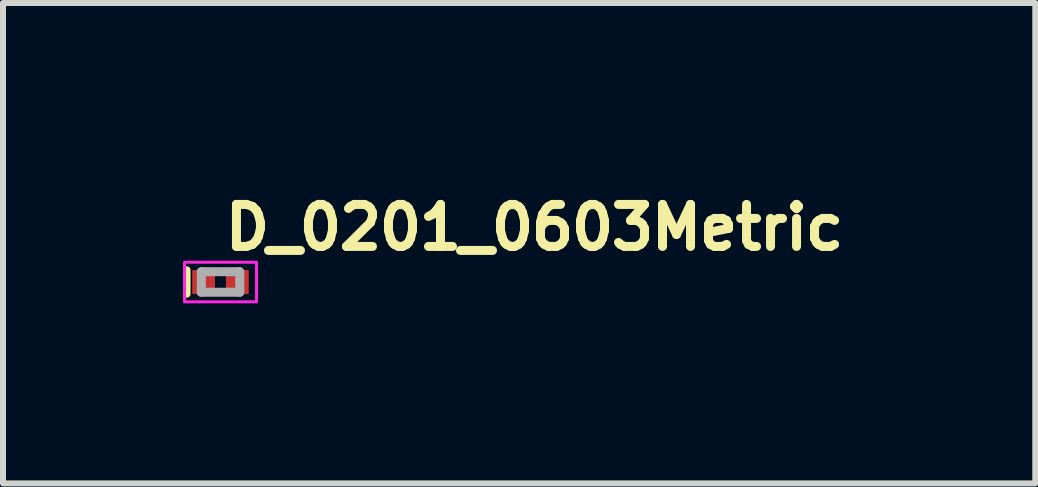
<source format=kicad_pcb>
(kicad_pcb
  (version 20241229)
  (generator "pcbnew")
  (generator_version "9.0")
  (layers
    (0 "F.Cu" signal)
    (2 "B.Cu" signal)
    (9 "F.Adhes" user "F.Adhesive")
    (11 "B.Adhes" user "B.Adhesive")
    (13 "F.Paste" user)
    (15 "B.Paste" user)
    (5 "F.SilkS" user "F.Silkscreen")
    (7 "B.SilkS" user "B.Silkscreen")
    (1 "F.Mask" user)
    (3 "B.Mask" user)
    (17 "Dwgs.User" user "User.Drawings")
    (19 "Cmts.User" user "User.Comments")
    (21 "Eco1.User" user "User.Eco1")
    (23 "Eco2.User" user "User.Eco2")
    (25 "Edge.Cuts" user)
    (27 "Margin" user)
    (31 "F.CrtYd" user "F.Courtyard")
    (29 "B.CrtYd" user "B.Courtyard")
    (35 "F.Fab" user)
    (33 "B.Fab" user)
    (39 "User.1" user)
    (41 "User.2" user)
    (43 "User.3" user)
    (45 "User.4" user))
  (footprint "D_0201_0603Metric"
    (layer "F.Cu")
    (at 0.625 1.65)
    (property "Reference" "D_0201_0603Metric" (at 0 -0.5 0) (layer "F.SilkS") (effects (font (size 0.7 0.7) (thickness 0.15)) (justify left bottom)))
    (attr smd)
    (fp_line (start -0.56 -0.201) (end -0.56 0.199) (stroke (width 0.12) (type solid)) (layer "F.SilkS"))
    (fp_rect (start -0.6 -0.33) (end 0.6 0.33) (stroke (width 0.05) (type solid)) (fill no) (layer "F.CrtYd"))
    (fp_line (start -0.32 -0.172) (end -0.32 0.17) (stroke (width 0.15) (type solid)) (layer "F.Fab"))
    (fp_line (start -0.32 -0.172) (end 0.32 -0.172) (stroke (width 0.15) (type solid)) (layer "F.Fab"))
    (fp_line (start -0.32 0.17) (end 0.32 0.17) (stroke (width 0.15) (type solid)) (layer "F.Fab"))
    (fp_line (start 0.32 -0.172) (end 0.32 0.17) (stroke (width 0.15) (type solid)) (layer "F.Fab"))
    (fp_rect (start -0.3 -0.15) (end 0.298 0.148) (stroke (width 0.1) (type solid)) (fill no) (layer "User.5"))
    (fp_line (start -0.3 -0.15) (end -0.3 0.148) (stroke (width 0.02) (type solid)) (layer "User.9"))
    (fp_line (start -0.3 0.148) (end -0.14 0.148) (stroke (width 0.02) (type solid)) (layer "User.9"))
    (fp_line (start -0.14 -0.15) (end -0.3 -0.15) (stroke (width 0.02) (type solid)) (layer "User.9"))
    (fp_line (start -0.14 0.148) (end -0.14 -0.15) (stroke (width 0.02) (type solid)) (layer "User.9"))
    (fp_line (start -0.14 0.148) (end -0.14 -0.15) (stroke (width 0.02) (type solid)) (layer "User.9"))
    (fp_line (start 0.298 -0.15) (end -0.14 -0.15) (stroke (width 0.02) (type solid)) (layer "User.9"))
    (fp_line (start 0.298 0.148) (end -0.14 0.148) (stroke (width 0.02) (type solid)) (layer "User.9"))
    (fp_line (start 0.298 0.148) (end 0.298 -0.15) (stroke (width 0.02) (type solid)) (layer "User.9"))
    (pad "1" smd roundrect (at -0.282 0) (size 0.38 0.4) (layers "F.Cu" "F.Mask" "F.Paste") (roundrect_rratio 0.05))
    (pad "2" smd rect (at 0.28 0) (size 0.38 0.4) (layers "F.Cu" "F.Mask" "F.Paste")))
  (gr_rect
    (start -3 -3)
    (end 14.202 5.005)
    (stroke (width 0.1) (type default))
    (fill no)
    (layer "Edge.Cuts")))
</source>
